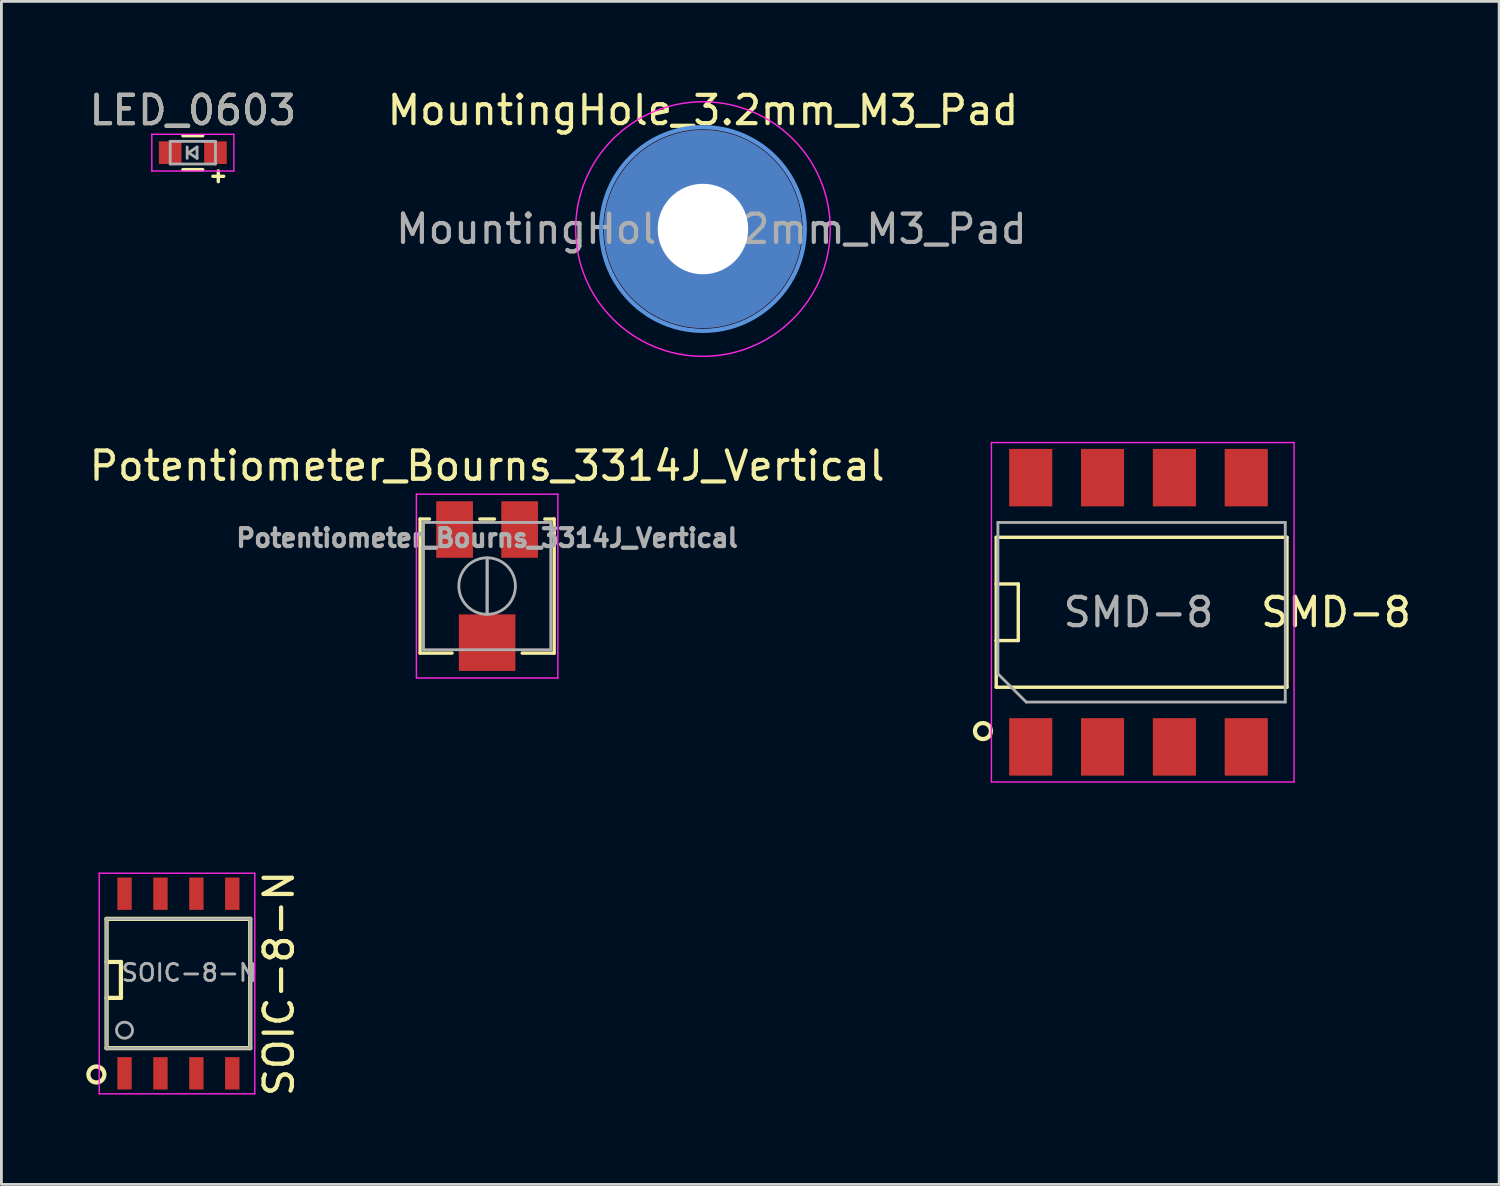
<source format=kicad_pcb>
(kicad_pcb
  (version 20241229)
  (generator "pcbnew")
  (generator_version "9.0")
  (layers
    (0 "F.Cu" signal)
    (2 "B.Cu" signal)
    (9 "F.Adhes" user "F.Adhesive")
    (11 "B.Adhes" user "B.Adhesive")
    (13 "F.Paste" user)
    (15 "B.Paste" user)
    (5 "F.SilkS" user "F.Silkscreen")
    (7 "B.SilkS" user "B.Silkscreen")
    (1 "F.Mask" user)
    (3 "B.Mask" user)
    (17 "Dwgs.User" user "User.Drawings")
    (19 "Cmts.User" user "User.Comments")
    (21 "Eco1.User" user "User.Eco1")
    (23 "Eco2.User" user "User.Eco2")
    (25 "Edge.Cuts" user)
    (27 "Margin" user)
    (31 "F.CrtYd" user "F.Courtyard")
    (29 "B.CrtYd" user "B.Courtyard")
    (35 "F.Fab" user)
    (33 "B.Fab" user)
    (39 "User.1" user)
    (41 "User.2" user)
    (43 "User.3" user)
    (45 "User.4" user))
  (footprint "LED_0603"
    (layer "F.Cu")
    (at 3.768 2.348)
    (property "Reference" "LED_0603" (at 0 -1.5 0) (layer "F.SilkS") (effects (font (size 1 1) (thickness 0.15))))
    (attr smd)
    (fp_line (start -0.35 -0.6) (end 0.35 -0.6) (stroke (width 0.12) (type solid)) (layer "F.SilkS"))
    (fp_line (start -0.35 0.6) (end 0.35 0.6) (stroke (width 0.12) (type solid)) (layer "F.SilkS"))
    (fp_line (start -1.45 -0.65) (end 1.45 -0.65) (stroke (width 0.05) (type solid)) (layer "F.CrtYd"))
    (fp_line (start -1.45 0.65) (end -1.45 -0.65) (stroke (width 0.05) (type solid)) (layer "F.CrtYd"))
    (fp_line (start 1.45 -0.65) (end 1.45 0.65) (stroke (width 0.05) (type solid)) (layer "F.CrtYd"))
    (fp_line (start 1.45 0.65) (end -1.45 0.65) (stroke (width 0.05) (type solid)) (layer "F.CrtYd"))
    (fp_line (start -0.8 -0.4) (end 0.8 -0.4) (stroke (width 0.1) (type solid)) (layer "F.Fab"))
    (fp_line (start -0.8 0.4) (end -0.8 -0.4) (stroke (width 0.1) (type solid)) (layer "F.Fab"))
    (fp_line (start -0.2 -0.2) (end -0.2 0.2) (stroke (width 0.1) (type solid)) (layer "F.Fab"))
    (fp_line (start -0.15 0) (end 0.15 -0.2) (stroke (width 0.1) (type solid)) (layer "F.Fab"))
    (fp_line (start 0.15 -0.2) (end 0.15 0.2) (stroke (width 0.1) (type solid)) (layer "F.Fab"))
    (fp_line (start 0.15 0.2) (end -0.15 0) (stroke (width 0.1) (type solid)) (layer "F.Fab"))
    (fp_line (start 0.8 -0.4) (end 0.8 0.4) (stroke (width 0.1) (type solid)) (layer "F.Fab"))
    (fp_line (start 0.8 0.4) (end -0.8 0.4) (stroke (width 0.1) (type solid)) (layer "F.Fab"))
    (fp_text user "+" (at 0.9 0.8 0) (layer "F.SilkS") (effects (font (size 0.5 0.5) (thickness 0.12))))
    (fp_text user "${REFERENCE}" (at 0 -1.5 0) (layer "F.Fab") (effects (font (size 1 1) (thickness 0.15))))
    (pad "1" smd rect (at -0.8 0 180) (size 0.8 0.8) (layers "F.Cu" "F.Mask" "F.Paste"))
    (pad "2" smd rect (at 0.8 0 180) (size 0.8 0.8) (layers "F.Cu" "F.Mask" "F.Paste")))
  (footprint "Potentiometer_Bourns_3314J_Vertical"
    (layer "F.Cu")
    (at 14.173 17.672)
    (property "Reference" "Potentiometer_Bourns_3314J_Vertical" (at 0 -4.25 0) (layer "F.SilkS") (effects (font (size 1 1) (thickness 0.15))))
    (attr smd)
    (fp_line (start -2.37 -2.37) (end -2.37 2.37) (stroke (width 0.12) (type solid)) (layer "F.SilkS"))
    (fp_line (start -2.37 -2.37) (end -2.039 -2.37) (stroke (width 0.12) (type solid)) (layer "F.SilkS"))
    (fp_line (start -2.37 2.37) (end -1.24 2.37) (stroke (width 0.12) (type solid)) (layer "F.SilkS"))
    (fp_line (start -0.259 -2.37) (end 0.26 -2.37) (stroke (width 0.12) (type solid)) (layer "F.SilkS"))
    (fp_line (start 1.24 2.37) (end 2.37 2.37) (stroke (width 0.12) (type solid)) (layer "F.SilkS"))
    (fp_line (start 2.04 -2.37) (end 2.37 -2.37) (stroke (width 0.12) (type solid)) (layer "F.SilkS"))
    (fp_line (start 2.37 -2.37) (end 2.37 2.37) (stroke (width 0.12) (type solid)) (layer "F.SilkS"))
    (fp_line (start -2.5 -3.25) (end -2.5 3.25) (stroke (width 0.05) (type solid)) (layer "F.CrtYd"))
    (fp_line (start -2.5 3.25) (end 2.5 3.25) (stroke (width 0.05) (type solid)) (layer "F.CrtYd"))
    (fp_line (start 2.5 -3.25) (end -2.5 -3.25) (stroke (width 0.05) (type solid)) (layer "F.CrtYd"))
    (fp_line (start 2.5 3.25) (end 2.5 -3.25) (stroke (width 0.05) (type solid)) (layer "F.CrtYd"))
    (fp_line (start -2.25 -2.25) (end -2.25 2.25) (stroke (width 0.1) (type solid)) (layer "F.Fab"))
    (fp_line (start -2.25 2.25) (end 2.25 2.25) (stroke (width 0.1) (type solid)) (layer "F.Fab"))
    (fp_line (start 0 0.99) (end 0.001 -0.989) (stroke (width 0.1) (type solid)) (layer "F.Fab"))
    (fp_line (start 0 0.99) (end 0.001 -0.989) (stroke (width 0.1) (type solid)) (layer "F.Fab"))
    (fp_line (start 2.25 -2.25) (end -2.25 -2.25) (stroke (width 0.1) (type solid)) (layer "F.Fab"))
    (fp_line (start 2.25 2.25) (end 2.25 -2.25) (stroke (width 0.1) (type solid)) (layer "F.Fab"))
    (fp_circle (center 0 0) (end 1 0) (stroke (width 0.1) (type solid)) (fill no) (layer "F.Fab"))
    (fp_text user "${REFERENCE}" (at 0 -1.7 0) (layer "F.Fab") (effects (font (size 0.63 0.63) (thickness 0.15))))
    (pad "1" smd rect (at 1.15 -2) (size 1.3 2) (layers "F.Cu" "F.Mask" "F.Paste"))
    (pad "2" smd rect (at 0 2) (size 2 2) (layers "F.Cu" "F.Mask" "F.Paste"))
    (pad "3" smd rect (at -1.15 -2) (size 1.3 2) (layers "F.Cu" "F.Mask" "F.Paste")))
  (footprint "SOIC-8-N"
    (layer "F.Cu")
    (at 3.258 31.724)
    (property "Reference" "SOIC-8-N" (at 3.556 0 270) (layer "F.SilkS") (effects (font (size 1 1) (thickness 0.15))))
    (attr smd)
    (fp_line (start -2.54 -2.286) (end 2.54 -2.286) (stroke (width 0.15) (type solid)) (layer "F.SilkS"))
    (fp_line (start -2.54 -0.762) (end -2.032 -0.762) (stroke (width 0.15) (type solid)) (layer "F.SilkS"))
    (fp_line (start -2.54 2.286) (end -2.54 -2.286) (stroke (width 0.15) (type solid)) (layer "F.SilkS"))
    (fp_line (start -2.032 -0.762) (end -2.032 0.508) (stroke (width 0.15) (type solid)) (layer "F.SilkS"))
    (fp_line (start -2.032 0.508) (end -2.54 0.508) (stroke (width 0.15) (type solid)) (layer "F.SilkS"))
    (fp_line (start 2.54 -2.286) (end 2.54 2.286) (stroke (width 0.15) (type solid)) (layer "F.SilkS"))
    (fp_line (start 2.54 2.286) (end -2.54 2.286) (stroke (width 0.15) (type solid)) (layer "F.SilkS"))
    (fp_circle (center -2.9 3.217) (end -2.7 3.417) (stroke (width 0.15) (type solid)) (fill no) (layer "F.SilkS"))
    (fp_line (start -2.8 -3.9) (end -2.8 3.9) (stroke (width 0.05) (type solid)) (layer "F.CrtYd"))
    (fp_line (start -2.8 3.9) (end 2.7 3.9) (stroke (width 0.05) (type solid)) (layer "F.CrtYd"))
    (fp_line (start 2.7 -3.9) (end -2.8 -3.9) (stroke (width 0.05) (type solid)) (layer "F.CrtYd"))
    (fp_line (start 2.7 3.9) (end 2.7 -3.9) (stroke (width 0.05) (type solid)) (layer "F.CrtYd"))
    (fp_line (start -2.54 -2.286) (end 2.54 -2.286) (stroke (width 0.1) (type solid)) (layer "F.Fab"))
    (fp_line (start -2.54 2.286) (end -2.54 -2.286) (stroke (width 0.1) (type solid)) (layer "F.Fab"))
    (fp_line (start 2.54 -2.286) (end 2.54 2.286) (stroke (width 0.1) (type solid)) (layer "F.Fab"))
    (fp_line (start 2.54 2.286) (end -2.54 2.286) (stroke (width 0.1) (type solid)) (layer "F.Fab"))
    (fp_circle (center -1.905 1.651) (end -1.651 1.778) (stroke (width 0.1) (type solid)) (fill no) (layer "F.Fab"))
    (fp_text user "${REFERENCE}" (at 0.381 -0.381 0) (layer "F.Fab") (effects (font (size 0.6 0.6) (thickness 0.1))))
    (pad "1" smd rect (at -1.905 3.175) (size 0.508 1.143) (layers "F.Cu" "F.Mask" "F.Paste"))
    (pad "2" smd rect (at -0.635 3.175) (size 0.508 1.143) (layers "F.Cu" "F.Mask" "F.Paste"))
    (pad "3" smd rect (at 0.635 3.175) (size 0.508 1.143) (layers "F.Cu" "F.Mask" "F.Paste"))
    (pad "4" smd rect (at 1.905 3.175) (size 0.508 1.143) (layers "F.Cu" "F.Mask" "F.Paste"))
    (pad "5" smd rect (at 1.905 -3.175) (size 0.508 1.143) (layers "F.Cu" "F.Mask" "F.Paste"))
    (pad "6" smd rect (at 0.635 -3.175) (size 0.508 1.143) (layers "F.Cu" "F.Mask" "F.Paste"))
    (pad "7" smd rect (at -0.635 -3.175) (size 0.508 1.143) (layers "F.Cu" "F.Mask" "F.Paste"))
    (pad "8" smd rect (at -1.905 -3.175) (size 0.508 1.143) (layers "F.Cu" "F.Mask" "F.Paste")))
  (footprint "SMD-8"
    (layer "F.Cu")
    (at 37.203 18.598)
    (property "Reference" "SMD-8" (at 6.985 0 0) (layer "F.SilkS") (effects (font (size 1 1) (thickness 0.15))))
    (attr through_hole)
    (fp_line (start -5.03 -2.65) (end -5.03 -1) (stroke (width 0.12) (type solid)) (layer "F.SilkS"))
    (fp_line (start -5.03 -1) (end -5.03 1) (stroke (width 0.12) (type solid)) (layer "F.SilkS"))
    (fp_line (start -5.03 -1) (end -4.25 -1) (stroke (width 0.12) (type solid)) (layer "F.SilkS"))
    (fp_line (start -5.03 1) (end -5.03 2.65) (stroke (width 0.12) (type solid)) (layer "F.SilkS"))
    (fp_line (start -5.03 1) (end -4.25 1) (stroke (width 0.12) (type solid)) (layer "F.SilkS"))
    (fp_line (start -5.03 2.65) (end 5.25 2.65) (stroke (width 0.12) (type solid)) (layer "F.SilkS"))
    (fp_line (start -4.25 -1) (end -4.25 1) (stroke (width 0.12) (type solid)) (layer "F.SilkS"))
    (fp_line (start 5.25 -2.65) (end -5.03 -2.65) (stroke (width 0.12) (type solid)) (layer "F.SilkS"))
    (fp_line (start 5.25 2.65) (end 5.25 -2.65) (stroke (width 0.12) (type solid)) (layer "F.SilkS"))
    (fp_circle (center -5.5 4.2) (end -5.3 4.4) (stroke (width 0.15) (type solid)) (fill no) (layer "F.SilkS"))
    (fp_line (start -5.2 -6) (end -5.2 6) (stroke (width 0.05) (type solid)) (layer "F.CrtYd"))
    (fp_line (start -5.2 6) (end 5.5 6) (stroke (width 0.05) (type solid)) (layer "F.CrtYd"))
    (fp_line (start 5.5 -6) (end -5.2 -6) (stroke (width 0.05) (type solid)) (layer "F.CrtYd"))
    (fp_line (start 5.5 6) (end 5.5 -6) (stroke (width 0.05) (type solid)) (layer "F.CrtYd"))
    (fp_line (start -4.97 -3.175) (end 5.19 -3.175) (stroke (width 0.1) (type solid)) (layer "F.Fab"))
    (fp_line (start -4.97 2.175) (end -4.97 -3.175) (stroke (width 0.1) (type solid)) (layer "F.Fab"))
    (fp_line (start -3.97 3.175) (end -4.97 2.175) (stroke (width 0.1) (type solid)) (layer "F.Fab"))
    (fp_line (start 5.19 -3.175) (end 5.19 3.175) (stroke (width 0.1) (type solid)) (layer "F.Fab"))
    (fp_line (start 5.19 3.175) (end -3.97 3.175) (stroke (width 0.1) (type solid)) (layer "F.Fab"))
    (fp_text user "${REFERENCE}" (at 0 0 0) (layer "F.Fab") (effects (font (size 1 1) (thickness 0.15))))
    (pad "1" smd rect (at -3.81 4.76) (size 1.524 2.032) (layers "F.Cu" "F.Mask" "F.Paste"))
    (pad "2" smd rect (at -1.27 4.76) (size 1.524 2.032) (layers "F.Cu" "F.Mask" "F.Paste"))
    (pad "3" smd rect (at 1.27 4.76) (size 1.524 2.032) (layers "F.Cu" "F.Mask" "F.Paste"))
    (pad "4" smd rect (at 3.81 4.76) (size 1.524 2.032) (layers "F.Cu" "F.Mask" "F.Paste"))
    (pad "5" smd rect (at 3.81 -4.76) (size 1.524 2.032) (layers "F.Cu" "F.Mask" "F.Paste"))
    (pad "6" smd rect (at 1.27 -4.76) (size 1.524 2.032) (layers "F.Cu" "F.Mask" "F.Paste"))
    (pad "7" smd rect (at -1.27 -4.76) (size 1.524 2.032) (layers "F.Cu" "F.Mask" "F.Paste"))
    (pad "8" smd rect (at -3.81 -4.76) (size 1.524 2.032) (layers "F.Cu" "F.Mask" "F.Paste")))
  (footprint "MountingHole_3.2mm_M3_Pad"
    (layer "F.Cu")
    (at 21.804 5.048)
    (property "Reference" "MountingHole_3.2mm_M3_Pad" (at 0 -4.2 0) (layer "F.SilkS") (effects (font (size 1 1) (thickness 0.15))))
    (attr exclude_from_pos_files exclude_from_bom)
    (fp_circle (center 0 0) (end 3.6 0) (stroke (width 0.15) (type solid)) (fill no) (layer "Cmts.User"))
    (fp_circle (center 0 0) (end 4.5 0) (stroke (width 0.05) (type solid)) (fill no) (layer "F.CrtYd"))
    (fp_text user "${REFERENCE}" (at 0.3 0 0) (layer "F.Fab") (effects (font (size 1 1) (thickness 0.15))))
    (pad "1" thru_hole circle (at 0 0) (size 7 7) (drill 3.2) (layers "*.Cu" "*.Mask")))
  (gr_rect
    (start -3 -3)
    (end 49.956 38.826)
    (stroke (width 0.1) (type default))
    (fill no)
    (layer "Edge.Cuts")))
</source>
